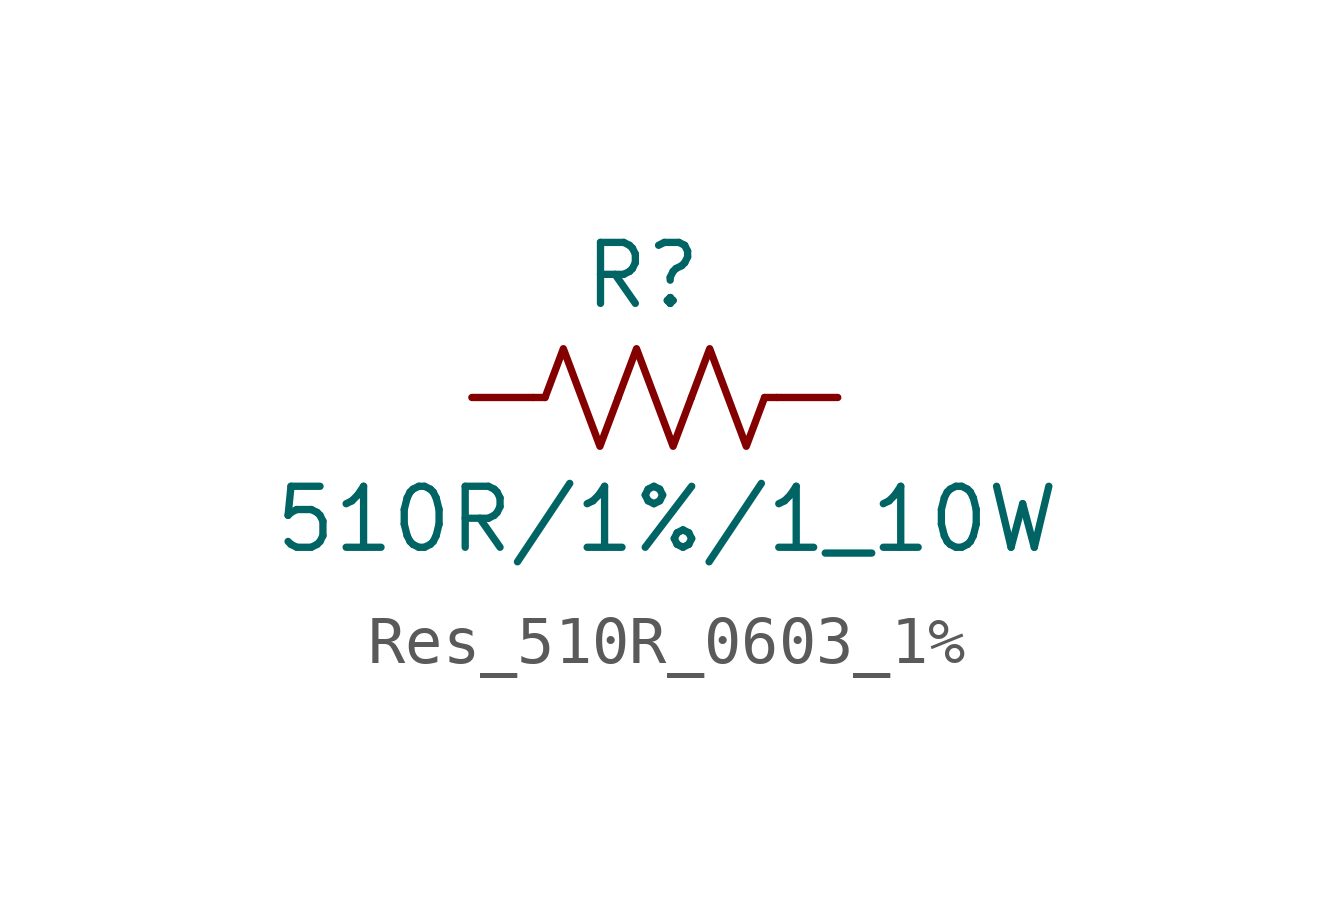
<source format=kicad_sym>
(kicad_symbol_lib
  (version 20231120)
  (generator "kicad_symbol_editor")
  (generator_version "8.0")
  (symbol "Res_510R_0603_1%"
    (pin_numbers hide)
    (pin_names hide)
    (property "Reference" "R"
      (at 3.556 2.54 0)
      (effects (font (size 1.27 1.27))))
    (property "Value" "510R/1%/1_10W"
      (at 4.064 -2.54 0)
      (effects (font (size 1.27 1.27))))
    (symbol "Res_510R_0603_1%_0_1"
      (polyline (pts (xy 1.524 0) (xy 1.27 0)) (stroke (width 0) (type default)) (fill (type none)))
      (polyline (pts (xy 6.096 0) (xy 6.35 0)) (stroke (width 0) (type default)) (fill (type none)))
      (polyline (pts (xy 1.524 0) (xy 1.905 1.016) (xy 2.286 0) (xy 2.667 -1.016) (xy 3.048 0)) (stroke (width 0) (type default)) (fill (type none)))
      (polyline (pts (xy 3.048 0) (xy 3.429 1.016) (xy 3.81 0) (xy 4.191 -1.016) (xy 4.572 0)) (stroke (width 0) (type default)) (fill (type none)))
      (polyline (pts (xy 4.572 0) (xy 4.953 1.016) (xy 5.334 0) (xy 5.715 -1.016) (xy 6.096 0)) (stroke (width 0) (type default)) (fill (type none))))
    (symbol "Res_510R_0603_1%_1_1"
      (pin passive line (at 0 0 0) (length 1.27) (name "~" (effects (font (size 1.27 1.27)))) (number "1" (effects (font (size 1.27 1.27)))))
      (pin passive line (at 7.62 0 180) (length 1.27) (name "~" (effects (font (size 1.27 1.27)))) (number "2" (effects (font (size 1.27 1.27))))))))
</source>
